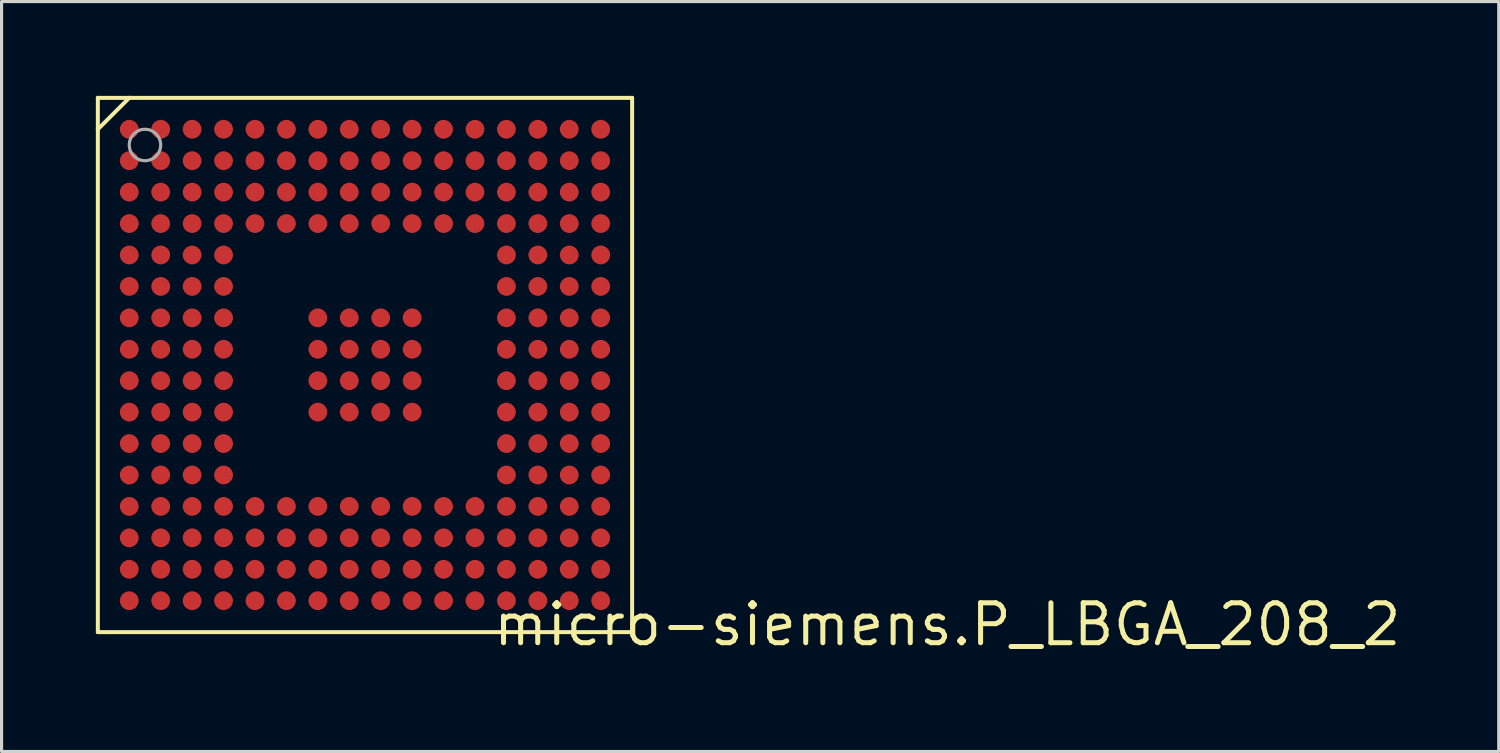
<source format=kicad_pcb>
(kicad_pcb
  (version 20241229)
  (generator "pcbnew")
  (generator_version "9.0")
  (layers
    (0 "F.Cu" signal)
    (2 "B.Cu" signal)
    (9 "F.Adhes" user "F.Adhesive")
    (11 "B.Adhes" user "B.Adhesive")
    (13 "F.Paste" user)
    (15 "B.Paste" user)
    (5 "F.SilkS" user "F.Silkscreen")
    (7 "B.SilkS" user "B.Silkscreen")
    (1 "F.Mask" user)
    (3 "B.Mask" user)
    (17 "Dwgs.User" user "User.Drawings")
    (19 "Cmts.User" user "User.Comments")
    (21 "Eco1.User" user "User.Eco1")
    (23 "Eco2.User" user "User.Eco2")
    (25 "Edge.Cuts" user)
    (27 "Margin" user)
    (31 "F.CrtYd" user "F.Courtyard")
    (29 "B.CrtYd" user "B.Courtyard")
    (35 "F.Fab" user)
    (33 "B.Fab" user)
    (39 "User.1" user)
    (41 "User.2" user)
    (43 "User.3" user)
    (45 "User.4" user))
  (footprint "micro-siemens.P_LBGA_208_2"
    (layer "F.Cu")
    (at 8.563 8.563)
    (property "Reference" "micro-siemens.P_LBGA_208_2" (at 4 9 180) (layer "F.SilkS") (effects (font (size 1.27 1.27) (thickness 0.16)) (justify left bottom)))
    (attr smd)
    (fp_line (start -8.5 -8.5) (end -8.5 -7.5) (stroke (width 0.127) (type default)) (layer "F.SilkS"))
    (fp_line (start -8.5 -7.5) (end -8.5 8.5) (stroke (width 0.127) (type default)) (layer "F.SilkS"))
    (fp_line (start -8.5 -7.5) (end -7.5 -8.5) (stroke (width 0.127) (type default)) (layer "F.SilkS"))
    (fp_line (start -8.5 8.5) (end 8.5 8.5) (stroke (width 0.127) (type default)) (layer "F.SilkS"))
    (fp_line (start -7.5 -8.5) (end -8.5 -8.5) (stroke (width 0.127) (type default)) (layer "F.SilkS"))
    (fp_line (start 8.5 -8.5) (end -7.5 -8.5) (stroke (width 0.127) (type default)) (layer "F.SilkS"))
    (fp_line (start 8.5 8.5) (end 8.5 -8.5) (stroke (width 0.127) (type default)) (layer "F.SilkS"))
    (fp_circle (center -7 -7) (end -6.5 -7) (stroke (width 0.1) (type default)) (fill no) (layer "F.Fab"))
    (pad "A1" smd roundrect (at -7.5 -7.5 180) (size 0.6 0.6) (layers "F.Cu" "F.Mask" "F.Paste") (roundrect_rratio 0.5))
    (pad "A2" smd roundrect (at -6.5 -7.5 180) (size 0.6 0.6) (layers "F.Cu" "F.Mask" "F.Paste") (roundrect_rratio 0.5))
    (pad "A3" smd roundrect (at -5.5 -7.5 180) (size 0.6 0.6) (layers "F.Cu" "F.Mask" "F.Paste") (roundrect_rratio 0.5))
    (pad "A4" smd roundrect (at -4.5 -7.5 180) (size 0.6 0.6) (layers "F.Cu" "F.Mask" "F.Paste") (roundrect_rratio 0.5))
    (pad "A5" smd roundrect (at -3.5 -7.5 180) (size 0.6 0.6) (layers "F.Cu" "F.Mask" "F.Paste") (roundrect_rratio 0.5))
    (pad "A6" smd roundrect (at -2.5 -7.5 180) (size 0.6 0.6) (layers "F.Cu" "F.Mask" "F.Paste") (roundrect_rratio 0.5))
    (pad "A7" smd roundrect (at -1.5 -7.5 180) (size 0.6 0.6) (layers "F.Cu" "F.Mask" "F.Paste") (roundrect_rratio 0.5))
    (pad "A8" smd roundrect (at -0.5 -7.5 180) (size 0.6 0.6) (layers "F.Cu" "F.Mask" "F.Paste") (roundrect_rratio 0.5))
    (pad "A9" smd roundrect (at 0.5 -7.5 180) (size 0.6 0.6) (layers "F.Cu" "F.Mask" "F.Paste") (roundrect_rratio 0.5))
    (pad "A10" smd roundrect (at 1.5 -7.5 180) (size 0.6 0.6) (layers "F.Cu" "F.Mask" "F.Paste") (roundrect_rratio 0.5))
    (pad "A11" smd roundrect (at 2.5 -7.5 180) (size 0.6 0.6) (layers "F.Cu" "F.Mask" "F.Paste") (roundrect_rratio 0.5))
    (pad "A12" smd roundrect (at 3.5 -7.5 180) (size 0.6 0.6) (layers "F.Cu" "F.Mask" "F.Paste") (roundrect_rratio 0.5))
    (pad "A13" smd roundrect (at 4.5 -7.5 180) (size 0.6 0.6) (layers "F.Cu" "F.Mask" "F.Paste") (roundrect_rratio 0.5))
    (pad "A14" smd roundrect (at 5.5 -7.5 180) (size 0.6 0.6) (layers "F.Cu" "F.Mask" "F.Paste") (roundrect_rratio 0.5))
    (pad "A15" smd roundrect (at 6.5 -7.5 180) (size 0.6 0.6) (layers "F.Cu" "F.Mask" "F.Paste") (roundrect_rratio 0.5))
    (pad "A16" smd roundrect (at 7.5 -7.5 180) (size 0.6 0.6) (layers "F.Cu" "F.Mask" "F.Paste") (roundrect_rratio 0.5))
    (pad "B1" smd roundrect (at -7.5 -6.5 180) (size 0.6 0.6) (layers "F.Cu" "F.Mask" "F.Paste") (roundrect_rratio 0.5))
    (pad "B2" smd roundrect (at -6.5 -6.5 180) (size 0.6 0.6) (layers "F.Cu" "F.Mask" "F.Paste") (roundrect_rratio 0.5))
    (pad "B3" smd roundrect (at -5.5 -6.5 180) (size 0.6 0.6) (layers "F.Cu" "F.Mask" "F.Paste") (roundrect_rratio 0.5))
    (pad "B4" smd roundrect (at -4.5 -6.5 180) (size 0.6 0.6) (layers "F.Cu" "F.Mask" "F.Paste") (roundrect_rratio 0.5))
    (pad "B5" smd roundrect (at -3.5 -6.5 180) (size 0.6 0.6) (layers "F.Cu" "F.Mask" "F.Paste") (roundrect_rratio 0.5))
    (pad "B6" smd roundrect (at -2.5 -6.5 180) (size 0.6 0.6) (layers "F.Cu" "F.Mask" "F.Paste") (roundrect_rratio 0.5))
    (pad "B7" smd roundrect (at -1.5 -6.5 180) (size 0.6 0.6) (layers "F.Cu" "F.Mask" "F.Paste") (roundrect_rratio 0.5))
    (pad "B8" smd roundrect (at -0.5 -6.5 180) (size 0.6 0.6) (layers "F.Cu" "F.Mask" "F.Paste") (roundrect_rratio 0.5))
    (pad "B9" smd roundrect (at 0.5 -6.5 180) (size 0.6 0.6) (layers "F.Cu" "F.Mask" "F.Paste") (roundrect_rratio 0.5))
    (pad "B10" smd roundrect (at 1.5 -6.5 180) (size 0.6 0.6) (layers "F.Cu" "F.Mask" "F.Paste") (roundrect_rratio 0.5))
    (pad "B11" smd roundrect (at 2.5 -6.5 180) (size 0.6 0.6) (layers "F.Cu" "F.Mask" "F.Paste") (roundrect_rratio 0.5))
    (pad "B12" smd roundrect (at 3.5 -6.5 180) (size 0.6 0.6) (layers "F.Cu" "F.Mask" "F.Paste") (roundrect_rratio 0.5))
    (pad "B13" smd roundrect (at 4.5 -6.5 180) (size 0.6 0.6) (layers "F.Cu" "F.Mask" "F.Paste") (roundrect_rratio 0.5))
    (pad "B14" smd roundrect (at 5.5 -6.5 180) (size 0.6 0.6) (layers "F.Cu" "F.Mask" "F.Paste") (roundrect_rratio 0.5))
    (pad "B15" smd roundrect (at 6.5 -6.5 180) (size 0.6 0.6) (layers "F.Cu" "F.Mask" "F.Paste") (roundrect_rratio 0.5))
    (pad "B16" smd roundrect (at 7.5 -6.5 180) (size 0.6 0.6) (layers "F.Cu" "F.Mask" "F.Paste") (roundrect_rratio 0.5))
    (pad "C1" smd roundrect (at -7.5 -5.5 180) (size 0.6 0.6) (layers "F.Cu" "F.Mask" "F.Paste") (roundrect_rratio 0.5))
    (pad "C2" smd roundrect (at -6.5 -5.5 180) (size 0.6 0.6) (layers "F.Cu" "F.Mask" "F.Paste") (roundrect_rratio 0.5))
    (pad "C3" smd roundrect (at -5.5 -5.5 180) (size 0.6 0.6) (layers "F.Cu" "F.Mask" "F.Paste") (roundrect_rratio 0.5))
    (pad "C4" smd roundrect (at -4.5 -5.5 180) (size 0.6 0.6) (layers "F.Cu" "F.Mask" "F.Paste") (roundrect_rratio 0.5))
    (pad "C5" smd roundrect (at -3.5 -5.5 180) (size 0.6 0.6) (layers "F.Cu" "F.Mask" "F.Paste") (roundrect_rratio 0.5))
    (pad "C6" smd roundrect (at -2.5 -5.5 180) (size 0.6 0.6) (layers "F.Cu" "F.Mask" "F.Paste") (roundrect_rratio 0.5))
    (pad "C7" smd roundrect (at -1.5 -5.5 180) (size 0.6 0.6) (layers "F.Cu" "F.Mask" "F.Paste") (roundrect_rratio 0.5))
    (pad "C8" smd roundrect (at -0.5 -5.5 180) (size 0.6 0.6) (layers "F.Cu" "F.Mask" "F.Paste") (roundrect_rratio 0.5))
    (pad "C9" smd roundrect (at 0.5 -5.5 180) (size 0.6 0.6) (layers "F.Cu" "F.Mask" "F.Paste") (roundrect_rratio 0.5))
    (pad "C10" smd roundrect (at 1.5 -5.5 180) (size 0.6 0.6) (layers "F.Cu" "F.Mask" "F.Paste") (roundrect_rratio 0.5))
    (pad "C11" smd roundrect (at 2.5 -5.5 180) (size 0.6 0.6) (layers "F.Cu" "F.Mask" "F.Paste") (roundrect_rratio 0.5))
    (pad "C12" smd roundrect (at 3.5 -5.5 180) (size 0.6 0.6) (layers "F.Cu" "F.Mask" "F.Paste") (roundrect_rratio 0.5))
    (pad "C13" smd roundrect (at 4.5 -5.5 180) (size 0.6 0.6) (layers "F.Cu" "F.Mask" "F.Paste") (roundrect_rratio 0.5))
    (pad "C14" smd roundrect (at 5.5 -5.5 180) (size 0.6 0.6) (layers "F.Cu" "F.Mask" "F.Paste") (roundrect_rratio 0.5))
    (pad "C15" smd roundrect (at 6.5 -5.5 180) (size 0.6 0.6) (layers "F.Cu" "F.Mask" "F.Paste") (roundrect_rratio 0.5))
    (pad "C16" smd roundrect (at 7.5 -5.5 180) (size 0.6 0.6) (layers "F.Cu" "F.Mask" "F.Paste") (roundrect_rratio 0.5))
    (pad "D1" smd roundrect (at -7.5 -4.5 180) (size 0.6 0.6) (layers "F.Cu" "F.Mask" "F.Paste") (roundrect_rratio 0.5))
    (pad "D2" smd roundrect (at -6.5 -4.5 180) (size 0.6 0.6) (layers "F.Cu" "F.Mask" "F.Paste") (roundrect_rratio 0.5))
    (pad "D3" smd roundrect (at -5.5 -4.5 180) (size 0.6 0.6) (layers "F.Cu" "F.Mask" "F.Paste") (roundrect_rratio 0.5))
    (pad "D4" smd roundrect (at -4.5 -4.5 180) (size 0.6 0.6) (layers "F.Cu" "F.Mask" "F.Paste") (roundrect_rratio 0.5))
    (pad "D5" smd roundrect (at -3.5 -4.5 180) (size 0.6 0.6) (layers "F.Cu" "F.Mask" "F.Paste") (roundrect_rratio 0.5))
    (pad "D6" smd roundrect (at -2.5 -4.5 180) (size 0.6 0.6) (layers "F.Cu" "F.Mask" "F.Paste") (roundrect_rratio 0.5))
    (pad "D7" smd roundrect (at -1.5 -4.5 180) (size 0.6 0.6) (layers "F.Cu" "F.Mask" "F.Paste") (roundrect_rratio 0.5))
    (pad "D8" smd roundrect (at -0.5 -4.5 180) (size 0.6 0.6) (layers "F.Cu" "F.Mask" "F.Paste") (roundrect_rratio 0.5))
    (pad "D9" smd roundrect (at 0.5 -4.5 180) (size 0.6 0.6) (layers "F.Cu" "F.Mask" "F.Paste") (roundrect_rratio 0.5))
    (pad "D10" smd roundrect (at 1.5 -4.5 180) (size 0.6 0.6) (layers "F.Cu" "F.Mask" "F.Paste") (roundrect_rratio 0.5))
    (pad "D11" smd roundrect (at 2.5 -4.5 180) (size 0.6 0.6) (layers "F.Cu" "F.Mask" "F.Paste") (roundrect_rratio 0.5))
    (pad "D12" smd roundrect (at 3.5 -4.5 180) (size 0.6 0.6) (layers "F.Cu" "F.Mask" "F.Paste") (roundrect_rratio 0.5))
    (pad "D13" smd roundrect (at 4.5 -4.5 180) (size 0.6 0.6) (layers "F.Cu" "F.Mask" "F.Paste") (roundrect_rratio 0.5))
    (pad "D14" smd roundrect (at 5.5 -4.5 180) (size 0.6 0.6) (layers "F.Cu" "F.Mask" "F.Paste") (roundrect_rratio 0.5))
    (pad "D15" smd roundrect (at 6.5 -4.5 180) (size 0.6 0.6) (layers "F.Cu" "F.Mask" "F.Paste") (roundrect_rratio 0.5))
    (pad "D16" smd roundrect (at 7.5 -4.5 180) (size 0.6 0.6) (layers "F.Cu" "F.Mask" "F.Paste") (roundrect_rratio 0.5))
    (pad "E1" smd roundrect (at -7.5 -3.5 180) (size 0.6 0.6) (layers "F.Cu" "F.Mask" "F.Paste") (roundrect_rratio 0.5))
    (pad "E2" smd roundrect (at -6.5 -3.5 180) (size 0.6 0.6) (layers "F.Cu" "F.Mask" "F.Paste") (roundrect_rratio 0.5))
    (pad "E3" smd roundrect (at -5.5 -3.5 180) (size 0.6 0.6) (layers "F.Cu" "F.Mask" "F.Paste") (roundrect_rratio 0.5))
    (pad "E4" smd roundrect (at -4.5 -3.5 180) (size 0.6 0.6) (layers "F.Cu" "F.Mask" "F.Paste") (roundrect_rratio 0.5))
    (pad "E13" smd roundrect (at 4.5 -3.5 180) (size 0.6 0.6) (layers "F.Cu" "F.Mask" "F.Paste") (roundrect_rratio 0.5))
    (pad "E14" smd roundrect (at 5.5 -3.5 180) (size 0.6 0.6) (layers "F.Cu" "F.Mask" "F.Paste") (roundrect_rratio 0.5))
    (pad "E15" smd roundrect (at 6.5 -3.5 180) (size 0.6 0.6) (layers "F.Cu" "F.Mask" "F.Paste") (roundrect_rratio 0.5))
    (pad "E16" smd roundrect (at 7.5 -3.5 180) (size 0.6 0.6) (layers "F.Cu" "F.Mask" "F.Paste") (roundrect_rratio 0.5))
    (pad "F1" smd roundrect (at -7.5 -2.5 180) (size 0.6 0.6) (layers "F.Cu" "F.Mask" "F.Paste") (roundrect_rratio 0.5))
    (pad "F2" smd roundrect (at -6.5 -2.5 180) (size 0.6 0.6) (layers "F.Cu" "F.Mask" "F.Paste") (roundrect_rratio 0.5))
    (pad "F3" smd roundrect (at -5.5 -2.5 180) (size 0.6 0.6) (layers "F.Cu" "F.Mask" "F.Paste") (roundrect_rratio 0.5))
    (pad "F4" smd roundrect (at -4.5 -2.5 180) (size 0.6 0.6) (layers "F.Cu" "F.Mask" "F.Paste") (roundrect_rratio 0.5))
    (pad "F13" smd roundrect (at 4.5 -2.5 180) (size 0.6 0.6) (layers "F.Cu" "F.Mask" "F.Paste") (roundrect_rratio 0.5))
    (pad "F14" smd roundrect (at 5.5 -2.5 180) (size 0.6 0.6) (layers "F.Cu" "F.Mask" "F.Paste") (roundrect_rratio 0.5))
    (pad "F15" smd roundrect (at 6.5 -2.5 180) (size 0.6 0.6) (layers "F.Cu" "F.Mask" "F.Paste") (roundrect_rratio 0.5))
    (pad "F16" smd roundrect (at 7.5 -2.5 180) (size 0.6 0.6) (layers "F.Cu" "F.Mask" "F.Paste") (roundrect_rratio 0.5))
    (pad "G1" smd roundrect (at -7.5 -1.5 180) (size 0.6 0.6) (layers "F.Cu" "F.Mask" "F.Paste") (roundrect_rratio 0.5))
    (pad "G2" smd roundrect (at -6.5 -1.5 180) (size 0.6 0.6) (layers "F.Cu" "F.Mask" "F.Paste") (roundrect_rratio 0.5))
    (pad "G3" smd roundrect (at -5.5 -1.5 180) (size 0.6 0.6) (layers "F.Cu" "F.Mask" "F.Paste") (roundrect_rratio 0.5))
    (pad "G4" smd roundrect (at -4.5 -1.5 180) (size 0.6 0.6) (layers "F.Cu" "F.Mask" "F.Paste") (roundrect_rratio 0.5))
    (pad "G7" smd roundrect (at -1.5 -1.5 180) (size 0.6 0.6) (layers "F.Cu" "F.Mask" "F.Paste") (roundrect_rratio 0.5))
    (pad "G8" smd roundrect (at -0.5 -1.5 180) (size 0.6 0.6) (layers "F.Cu" "F.Mask" "F.Paste") (roundrect_rratio 0.5))
    (pad "G9" smd roundrect (at 0.5 -1.5 180) (size 0.6 0.6) (layers "F.Cu" "F.Mask" "F.Paste") (roundrect_rratio 0.5))
    (pad "G10" smd roundrect (at 1.5 -1.5 180) (size 0.6 0.6) (layers "F.Cu" "F.Mask" "F.Paste") (roundrect_rratio 0.5))
    (pad "G13" smd roundrect (at 4.5 -1.5 180) (size 0.6 0.6) (layers "F.Cu" "F.Mask" "F.Paste") (roundrect_rratio 0.5))
    (pad "G14" smd roundrect (at 5.5 -1.5 180) (size 0.6 0.6) (layers "F.Cu" "F.Mask" "F.Paste") (roundrect_rratio 0.5))
    (pad "G15" smd roundrect (at 6.5 -1.5 180) (size 0.6 0.6) (layers "F.Cu" "F.Mask" "F.Paste") (roundrect_rratio 0.5))
    (pad "G16" smd roundrect (at 7.5 -1.5 180) (size 0.6 0.6) (layers "F.Cu" "F.Mask" "F.Paste") (roundrect_rratio 0.5))
    (pad "H1" smd roundrect (at -7.5 -0.5 180) (size 0.6 0.6) (layers "F.Cu" "F.Mask" "F.Paste") (roundrect_rratio 0.5))
    (pad "H2" smd roundrect (at -6.5 -0.5 180) (size 0.6 0.6) (layers "F.Cu" "F.Mask" "F.Paste") (roundrect_rratio 0.5))
    (pad "H3" smd roundrect (at -5.5 -0.5 180) (size 0.6 0.6) (layers "F.Cu" "F.Mask" "F.Paste") (roundrect_rratio 0.5))
    (pad "H4" smd roundrect (at -4.5 -0.5 180) (size 0.6 0.6) (layers "F.Cu" "F.Mask" "F.Paste") (roundrect_rratio 0.5))
    (pad "H7" smd roundrect (at -1.5 -0.5 180) (size 0.6 0.6) (layers "F.Cu" "F.Mask" "F.Paste") (roundrect_rratio 0.5))
    (pad "H8" smd roundrect (at -0.5 -0.5 180) (size 0.6 0.6) (layers "F.Cu" "F.Mask" "F.Paste") (roundrect_rratio 0.5))
    (pad "H9" smd roundrect (at 0.5 -0.5 180) (size 0.6 0.6) (layers "F.Cu" "F.Mask" "F.Paste") (roundrect_rratio 0.5))
    (pad "H10" smd roundrect (at 1.5 -0.5 180) (size 0.6 0.6) (layers "F.Cu" "F.Mask" "F.Paste") (roundrect_rratio 0.5))
    (pad "H13" smd roundrect (at 4.5 -0.5 180) (size 0.6 0.6) (layers "F.Cu" "F.Mask" "F.Paste") (roundrect_rratio 0.5))
    (pad "H14" smd roundrect (at 5.5 -0.5 180) (size 0.6 0.6) (layers "F.Cu" "F.Mask" "F.Paste") (roundrect_rratio 0.5))
    (pad "H15" smd roundrect (at 6.5 -0.5 180) (size 0.6 0.6) (layers "F.Cu" "F.Mask" "F.Paste") (roundrect_rratio 0.5))
    (pad "H16" smd roundrect (at 7.5 -0.5 180) (size 0.6 0.6) (layers "F.Cu" "F.Mask" "F.Paste") (roundrect_rratio 0.5))
    (pad "J1" smd roundrect (at -7.5 0.5 180) (size 0.6 0.6) (layers "F.Cu" "F.Mask" "F.Paste") (roundrect_rratio 0.5))
    (pad "J2" smd roundrect (at -6.5 0.5 180) (size 0.6 0.6) (layers "F.Cu" "F.Mask" "F.Paste") (roundrect_rratio 0.5))
    (pad "J3" smd roundrect (at -5.5 0.5 180) (size 0.6 0.6) (layers "F.Cu" "F.Mask" "F.Paste") (roundrect_rratio 0.5))
    (pad "J4" smd roundrect (at -4.5 0.5 180) (size 0.6 0.6) (layers "F.Cu" "F.Mask" "F.Paste") (roundrect_rratio 0.5))
    (pad "J7" smd roundrect (at -1.5 0.5 180) (size 0.6 0.6) (layers "F.Cu" "F.Mask" "F.Paste") (roundrect_rratio 0.5))
    (pad "J8" smd roundrect (at -0.5 0.5 180) (size 0.6 0.6) (layers "F.Cu" "F.Mask" "F.Paste") (roundrect_rratio 0.5))
    (pad "J9" smd roundrect (at 0.5 0.5 180) (size 0.6 0.6) (layers "F.Cu" "F.Mask" "F.Paste") (roundrect_rratio 0.5))
    (pad "J10" smd roundrect (at 1.5 0.5 180) (size 0.6 0.6) (layers "F.Cu" "F.Mask" "F.Paste") (roundrect_rratio 0.5))
    (pad "J13" smd roundrect (at 4.5 0.5 180) (size 0.6 0.6) (layers "F.Cu" "F.Mask" "F.Paste") (roundrect_rratio 0.5))
    (pad "J14" smd roundrect (at 5.5 0.5 180) (size 0.6 0.6) (layers "F.Cu" "F.Mask" "F.Paste") (roundrect_rratio 0.5))
    (pad "J15" smd roundrect (at 6.5 0.5 180) (size 0.6 0.6) (layers "F.Cu" "F.Mask" "F.Paste") (roundrect_rratio 0.5))
    (pad "J16" smd roundrect (at 7.5 0.5 180) (size 0.6 0.6) (layers "F.Cu" "F.Mask" "F.Paste") (roundrect_rratio 0.5))
    (pad "K1" smd roundrect (at -7.5 1.5 180) (size 0.6 0.6) (layers "F.Cu" "F.Mask" "F.Paste") (roundrect_rratio 0.5))
    (pad "K2" smd roundrect (at -6.5 1.5 180) (size 0.6 0.6) (layers "F.Cu" "F.Mask" "F.Paste") (roundrect_rratio 0.5))
    (pad "K3" smd roundrect (at -5.5 1.5 180) (size 0.6 0.6) (layers "F.Cu" "F.Mask" "F.Paste") (roundrect_rratio 0.5))
    (pad "K4" smd roundrect (at -4.5 1.5 180) (size 0.6 0.6) (layers "F.Cu" "F.Mask" "F.Paste") (roundrect_rratio 0.5))
    (pad "K7" smd roundrect (at -1.5 1.5 180) (size 0.6 0.6) (layers "F.Cu" "F.Mask" "F.Paste") (roundrect_rratio 0.5))
    (pad "K8" smd roundrect (at -0.5 1.5 180) (size 0.6 0.6) (layers "F.Cu" "F.Mask" "F.Paste") (roundrect_rratio 0.5))
    (pad "K9" smd roundrect (at 0.5 1.5 180) (size 0.6 0.6) (layers "F.Cu" "F.Mask" "F.Paste") (roundrect_rratio 0.5))
    (pad "K10" smd roundrect (at 1.5 1.5 180) (size 0.6 0.6) (layers "F.Cu" "F.Mask" "F.Paste") (roundrect_rratio 0.5))
    (pad "K13" smd roundrect (at 4.5 1.5 180) (size 0.6 0.6) (layers "F.Cu" "F.Mask" "F.Paste") (roundrect_rratio 0.5))
    (pad "K14" smd roundrect (at 5.5 1.5 180) (size 0.6 0.6) (layers "F.Cu" "F.Mask" "F.Paste") (roundrect_rratio 0.5))
    (pad "K15" smd roundrect (at 6.5 1.5 180) (size 0.6 0.6) (layers "F.Cu" "F.Mask" "F.Paste") (roundrect_rratio 0.5))
    (pad "K16" smd roundrect (at 7.5 1.5 180) (size 0.6 0.6) (layers "F.Cu" "F.Mask" "F.Paste") (roundrect_rratio 0.5))
    (pad "L1" smd roundrect (at -7.5 2.5 180) (size 0.6 0.6) (layers "F.Cu" "F.Mask" "F.Paste") (roundrect_rratio 0.5))
    (pad "L2" smd roundrect (at -6.5 2.5 180) (size 0.6 0.6) (layers "F.Cu" "F.Mask" "F.Paste") (roundrect_rratio 0.5))
    (pad "L3" smd roundrect (at -5.5 2.5 180) (size 0.6 0.6) (layers "F.Cu" "F.Mask" "F.Paste") (roundrect_rratio 0.5))
    (pad "L4" smd roundrect (at -4.5 2.5 180) (size 0.6 0.6) (layers "F.Cu" "F.Mask" "F.Paste") (roundrect_rratio 0.5))
    (pad "L13" smd roundrect (at 4.5 2.5 180) (size 0.6 0.6) (layers "F.Cu" "F.Mask" "F.Paste") (roundrect_rratio 0.5))
    (pad "L14" smd roundrect (at 5.5 2.5 180) (size 0.6 0.6) (layers "F.Cu" "F.Mask" "F.Paste") (roundrect_rratio 0.5))
    (pad "L15" smd roundrect (at 6.5 2.5 180) (size 0.6 0.6) (layers "F.Cu" "F.Mask" "F.Paste") (roundrect_rratio 0.5))
    (pad "L16" smd roundrect (at 7.5 2.5 180) (size 0.6 0.6) (layers "F.Cu" "F.Mask" "F.Paste") (roundrect_rratio 0.5))
    (pad "M1" smd roundrect (at -7.5 3.5 180) (size 0.6 0.6) (layers "F.Cu" "F.Mask" "F.Paste") (roundrect_rratio 0.5))
    (pad "M2" smd roundrect (at -6.5 3.5 180) (size 0.6 0.6) (layers "F.Cu" "F.Mask" "F.Paste") (roundrect_rratio 0.5))
    (pad "M3" smd roundrect (at -5.5 3.5 180) (size 0.6 0.6) (layers "F.Cu" "F.Mask" "F.Paste") (roundrect_rratio 0.5))
    (pad "M4" smd roundrect (at -4.5 3.5 180) (size 0.6 0.6) (layers "F.Cu" "F.Mask" "F.Paste") (roundrect_rratio 0.5))
    (pad "M13" smd roundrect (at 4.5 3.5 180) (size 0.6 0.6) (layers "F.Cu" "F.Mask" "F.Paste") (roundrect_rratio 0.5))
    (pad "M14" smd roundrect (at 5.5 3.5 180) (size 0.6 0.6) (layers "F.Cu" "F.Mask" "F.Paste") (roundrect_rratio 0.5))
    (pad "M15" smd roundrect (at 6.5 3.5 180) (size 0.6 0.6) (layers "F.Cu" "F.Mask" "F.Paste") (roundrect_rratio 0.5))
    (pad "M16" smd roundrect (at 7.5 3.5 180) (size 0.6 0.6) (layers "F.Cu" "F.Mask" "F.Paste") (roundrect_rratio 0.5))
    (pad "N1" smd roundrect (at -7.5 4.5 180) (size 0.6 0.6) (layers "F.Cu" "F.Mask" "F.Paste") (roundrect_rratio 0.5))
    (pad "N2" smd roundrect (at -6.5 4.5 180) (size 0.6 0.6) (layers "F.Cu" "F.Mask" "F.Paste") (roundrect_rratio 0.5))
    (pad "N3" smd roundrect (at -5.5 4.5 180) (size 0.6 0.6) (layers "F.Cu" "F.Mask" "F.Paste") (roundrect_rratio 0.5))
    (pad "N4" smd roundrect (at -4.5 4.5 180) (size 0.6 0.6) (layers "F.Cu" "F.Mask" "F.Paste") (roundrect_rratio 0.5))
    (pad "N5" smd roundrect (at -3.5 4.5 180) (size 0.6 0.6) (layers "F.Cu" "F.Mask" "F.Paste") (roundrect_rratio 0.5))
    (pad "N6" smd roundrect (at -2.5 4.5 180) (size 0.6 0.6) (layers "F.Cu" "F.Mask" "F.Paste") (roundrect_rratio 0.5))
    (pad "N7" smd roundrect (at -1.5 4.5 180) (size 0.6 0.6) (layers "F.Cu" "F.Mask" "F.Paste") (roundrect_rratio 0.5))
    (pad "N8" smd roundrect (at -0.5 4.5 180) (size 0.6 0.6) (layers "F.Cu" "F.Mask" "F.Paste") (roundrect_rratio 0.5))
    (pad "N9" smd roundrect (at 0.5 4.5 180) (size 0.6 0.6) (layers "F.Cu" "F.Mask" "F.Paste") (roundrect_rratio 0.5))
    (pad "N10" smd roundrect (at 1.5 4.5 180) (size 0.6 0.6) (layers "F.Cu" "F.Mask" "F.Paste") (roundrect_rratio 0.5))
    (pad "N11" smd roundrect (at 2.5 4.5 180) (size 0.6 0.6) (layers "F.Cu" "F.Mask" "F.Paste") (roundrect_rratio 0.5))
    (pad "N12" smd roundrect (at 3.5 4.5 180) (size 0.6 0.6) (layers "F.Cu" "F.Mask" "F.Paste") (roundrect_rratio 0.5))
    (pad "N13" smd roundrect (at 4.5 4.5 180) (size 0.6 0.6) (layers "F.Cu" "F.Mask" "F.Paste") (roundrect_rratio 0.5))
    (pad "N14" smd roundrect (at 5.5 4.5 180) (size 0.6 0.6) (layers "F.Cu" "F.Mask" "F.Paste") (roundrect_rratio 0.5))
    (pad "N15" smd roundrect (at 6.5 4.5 180) (size 0.6 0.6) (layers "F.Cu" "F.Mask" "F.Paste") (roundrect_rratio 0.5))
    (pad "N16" smd roundrect (at 7.5 4.5 180) (size 0.6 0.6) (layers "F.Cu" "F.Mask" "F.Paste") (roundrect_rratio 0.5))
    (pad "P1" smd roundrect (at -7.5 5.5 180) (size 0.6 0.6) (layers "F.Cu" "F.Mask" "F.Paste") (roundrect_rratio 0.5))
    (pad "P2" smd roundrect (at -6.5 5.5 180) (size 0.6 0.6) (layers "F.Cu" "F.Mask" "F.Paste") (roundrect_rratio 0.5))
    (pad "P3" smd roundrect (at -5.5 5.5 180) (size 0.6 0.6) (layers "F.Cu" "F.Mask" "F.Paste") (roundrect_rratio 0.5))
    (pad "P4" smd roundrect (at -4.5 5.5 180) (size 0.6 0.6) (layers "F.Cu" "F.Mask" "F.Paste") (roundrect_rratio 0.5))
    (pad "P5" smd roundrect (at -3.5 5.5 180) (size 0.6 0.6) (layers "F.Cu" "F.Mask" "F.Paste") (roundrect_rratio 0.5))
    (pad "P6" smd roundrect (at -2.5 5.5 180) (size 0.6 0.6) (layers "F.Cu" "F.Mask" "F.Paste") (roundrect_rratio 0.5))
    (pad "P7" smd roundrect (at -1.5 5.5 180) (size 0.6 0.6) (layers "F.Cu" "F.Mask" "F.Paste") (roundrect_rratio 0.5))
    (pad "P8" smd roundrect (at -0.5 5.5 180) (size 0.6 0.6) (layers "F.Cu" "F.Mask" "F.Paste") (roundrect_rratio 0.5))
    (pad "P9" smd roundrect (at 0.5 5.5 180) (size 0.6 0.6) (layers "F.Cu" "F.Mask" "F.Paste") (roundrect_rratio 0.5))
    (pad "P10" smd roundrect (at 1.5 5.5 180) (size 0.6 0.6) (layers "F.Cu" "F.Mask" "F.Paste") (roundrect_rratio 0.5))
    (pad "P11" smd roundrect (at 2.5 5.5 180) (size 0.6 0.6) (layers "F.Cu" "F.Mask" "F.Paste") (roundrect_rratio 0.5))
    (pad "P12" smd roundrect (at 3.5 5.5 180) (size 0.6 0.6) (layers "F.Cu" "F.Mask" "F.Paste") (roundrect_rratio 0.5))
    (pad "P13" smd roundrect (at 4.5 5.5 180) (size 0.6 0.6) (layers "F.Cu" "F.Mask" "F.Paste") (roundrect_rratio 0.5))
    (pad "P14" smd roundrect (at 5.5 5.5 180) (size 0.6 0.6) (layers "F.Cu" "F.Mask" "F.Paste") (roundrect_rratio 0.5))
    (pad "P15" smd roundrect (at 6.5 5.5 180) (size 0.6 0.6) (layers "F.Cu" "F.Mask" "F.Paste") (roundrect_rratio 0.5))
    (pad "P16" smd roundrect (at 7.5 5.5 180) (size 0.6 0.6) (layers "F.Cu" "F.Mask" "F.Paste") (roundrect_rratio 0.5))
    (pad "R1" smd roundrect (at -7.5 6.5 180) (size 0.6 0.6) (layers "F.Cu" "F.Mask" "F.Paste") (roundrect_rratio 0.5))
    (pad "R2" smd roundrect (at -6.5 6.5 180) (size 0.6 0.6) (layers "F.Cu" "F.Mask" "F.Paste") (roundrect_rratio 0.5))
    (pad "R3" smd roundrect (at -5.5 6.5 180) (size 0.6 0.6) (layers "F.Cu" "F.Mask" "F.Paste") (roundrect_rratio 0.5))
    (pad "R4" smd roundrect (at -4.5 6.5 180) (size 0.6 0.6) (layers "F.Cu" "F.Mask" "F.Paste") (roundrect_rratio 0.5))
    (pad "R5" smd roundrect (at -3.5 6.5 180) (size 0.6 0.6) (layers "F.Cu" "F.Mask" "F.Paste") (roundrect_rratio 0.5))
    (pad "R6" smd roundrect (at -2.5 6.5 180) (size 0.6 0.6) (layers "F.Cu" "F.Mask" "F.Paste") (roundrect_rratio 0.5))
    (pad "R7" smd roundrect (at -1.5 6.5 180) (size 0.6 0.6) (layers "F.Cu" "F.Mask" "F.Paste") (roundrect_rratio 0.5))
    (pad "R8" smd roundrect (at -0.5 6.5 180) (size 0.6 0.6) (layers "F.Cu" "F.Mask" "F.Paste") (roundrect_rratio 0.5))
    (pad "R9" smd roundrect (at 0.5 6.5 180) (size 0.6 0.6) (layers "F.Cu" "F.Mask" "F.Paste") (roundrect_rratio 0.5))
    (pad "R10" smd roundrect (at 1.5 6.5 180) (size 0.6 0.6) (layers "F.Cu" "F.Mask" "F.Paste") (roundrect_rratio 0.5))
    (pad "R11" smd roundrect (at 2.5 6.5 180) (size 0.6 0.6) (layers "F.Cu" "F.Mask" "F.Paste") (roundrect_rratio 0.5))
    (pad "R12" smd roundrect (at 3.5 6.5 180) (size 0.6 0.6) (layers "F.Cu" "F.Mask" "F.Paste") (roundrect_rratio 0.5))
    (pad "R13" smd roundrect (at 4.5 6.5 180) (size 0.6 0.6) (layers "F.Cu" "F.Mask" "F.Paste") (roundrect_rratio 0.5))
    (pad "R14" smd roundrect (at 5.5 6.5 180) (size 0.6 0.6) (layers "F.Cu" "F.Mask" "F.Paste") (roundrect_rratio 0.5))
    (pad "R15" smd roundrect (at 6.5 6.5 180) (size 0.6 0.6) (layers "F.Cu" "F.Mask" "F.Paste") (roundrect_rratio 0.5))
    (pad "R16" smd roundrect (at 7.5 6.5 180) (size 0.6 0.6) (layers "F.Cu" "F.Mask" "F.Paste") (roundrect_rratio 0.5))
    (pad "T1" smd roundrect (at -7.5 7.5 180) (size 0.6 0.6) (layers "F.Cu" "F.Mask" "F.Paste") (roundrect_rratio 0.5))
    (pad "T2" smd roundrect (at -6.5 7.5 180) (size 0.6 0.6) (layers "F.Cu" "F.Mask" "F.Paste") (roundrect_rratio 0.5))
    (pad "T3" smd roundrect (at -5.5 7.5 180) (size 0.6 0.6) (layers "F.Cu" "F.Mask" "F.Paste") (roundrect_rratio 0.5))
    (pad "T4" smd roundrect (at -4.5 7.5 180) (size 0.6 0.6) (layers "F.Cu" "F.Mask" "F.Paste") (roundrect_rratio 0.5))
    (pad "T5" smd roundrect (at -3.5 7.5 180) (size 0.6 0.6) (layers "F.Cu" "F.Mask" "F.Paste") (roundrect_rratio 0.5))
    (pad "T6" smd roundrect (at -2.5 7.5 180) (size 0.6 0.6) (layers "F.Cu" "F.Mask" "F.Paste") (roundrect_rratio 0.5))
    (pad "T7" smd roundrect (at -1.5 7.5 180) (size 0.6 0.6) (layers "F.Cu" "F.Mask" "F.Paste") (roundrect_rratio 0.5))
    (pad "T8" smd roundrect (at -0.5 7.5 180) (size 0.6 0.6) (layers "F.Cu" "F.Mask" "F.Paste") (roundrect_rratio 0.5))
    (pad "T9" smd roundrect (at 0.5 7.5 180) (size 0.6 0.6) (layers "F.Cu" "F.Mask" "F.Paste") (roundrect_rratio 0.5))
    (pad "T10" smd roundrect (at 1.5 7.5 180) (size 0.6 0.6) (layers "F.Cu" "F.Mask" "F.Paste") (roundrect_rratio 0.5))
    (pad "T11" smd roundrect (at 2.5 7.5 180) (size 0.6 0.6) (layers "F.Cu" "F.Mask" "F.Paste") (roundrect_rratio 0.5))
    (pad "T12" smd roundrect (at 3.5 7.5 180) (size 0.6 0.6) (layers "F.Cu" "F.Mask" "F.Paste") (roundrect_rratio 0.5))
    (pad "T13" smd roundrect (at 4.5 7.5 180) (size 0.6 0.6) (layers "F.Cu" "F.Mask" "F.Paste") (roundrect_rratio 0.5))
    (pad "T14" smd roundrect (at 5.5 7.5 180) (size 0.6 0.6) (layers "F.Cu" "F.Mask" "F.Paste") (roundrect_rratio 0.5))
    (pad "T15" smd roundrect (at 6.5 7.5 180) (size 0.6 0.6) (layers "F.Cu" "F.Mask" "F.Paste") (roundrect_rratio 0.5))
    (pad "T16" smd roundrect (at 7.5 7.5 180) (size 0.6 0.6) (layers "F.Cu" "F.Mask" "F.Paste") (roundrect_rratio 0.5)))
  (gr_rect
    (start -3 -3)
    (end 44.637 20.861)
    (stroke (width 0.1) (type default))
    (fill no)
    (layer "Edge.Cuts")))
</source>
